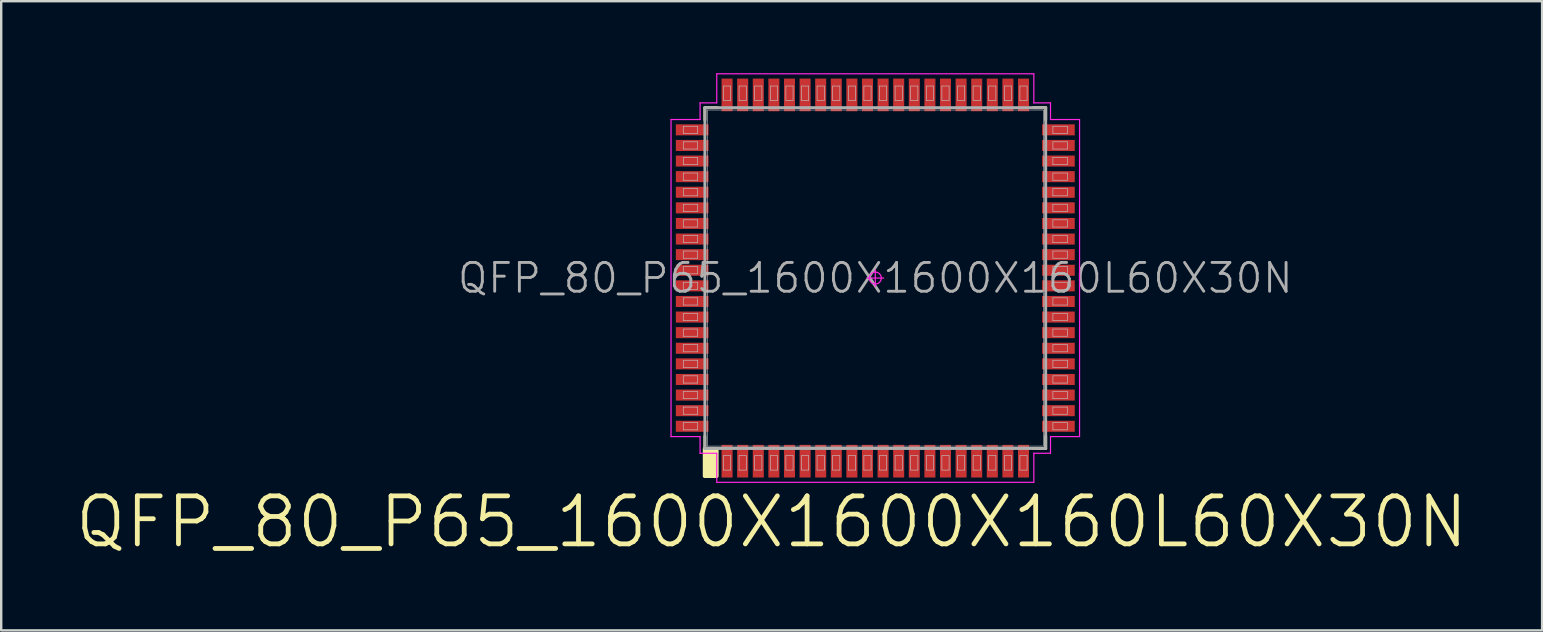
<source format=kicad_pcb>
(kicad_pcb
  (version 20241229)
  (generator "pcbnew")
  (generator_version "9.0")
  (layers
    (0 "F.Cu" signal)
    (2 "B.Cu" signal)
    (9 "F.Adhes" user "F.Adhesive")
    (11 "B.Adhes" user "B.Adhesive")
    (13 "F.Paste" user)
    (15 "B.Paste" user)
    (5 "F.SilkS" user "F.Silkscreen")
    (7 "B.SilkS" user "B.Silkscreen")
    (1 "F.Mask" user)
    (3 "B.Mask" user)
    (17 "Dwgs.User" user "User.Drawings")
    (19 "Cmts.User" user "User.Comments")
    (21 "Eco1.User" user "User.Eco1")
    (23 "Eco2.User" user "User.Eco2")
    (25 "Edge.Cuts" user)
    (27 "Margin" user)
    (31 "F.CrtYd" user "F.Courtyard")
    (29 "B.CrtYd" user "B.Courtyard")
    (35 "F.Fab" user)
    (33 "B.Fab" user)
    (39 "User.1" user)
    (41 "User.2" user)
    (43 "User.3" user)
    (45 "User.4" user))
  (footprint "QFP_80_P65_1600X1600X160L60X30N"
    (layer "F.Cu")
    (at 33.418 8.535)
    (property "Reference" "QFP_80_P65_1600X1600X160L60X30N" (at 0 0 0) (layer "F.Fab") (effects (font (size 1.2 1.2) (thickness 0.12))))
    (attr smd)
    (fp_line (start -7.1 -7.1) (end -7.1 -6.59) (stroke (width 0.12) (type solid)) (layer "F.SilkS"))
    (fp_line (start -7.1 7.1) (end -7.1 6.59) (stroke (width 0.12) (type solid)) (layer "F.SilkS"))
    (fp_line (start -6.59 -7.1) (end -7.1 -7.1) (stroke (width 0.12) (type solid)) (layer "F.SilkS"))
    (fp_line (start -6.59 7.1) (end -7.1 7.1) (stroke (width 0.12) (type solid)) (layer "F.SilkS"))
    (fp_line (start 6.59 -7.1) (end 7.1 -7.1) (stroke (width 0.12) (type solid)) (layer "F.SilkS"))
    (fp_line (start 6.59 7.1) (end 7.1 7.1) (stroke (width 0.12) (type solid)) (layer "F.SilkS"))
    (fp_line (start 7.1 -7.1) (end 7.1 -6.59) (stroke (width 0.12) (type solid)) (layer "F.SilkS"))
    (fp_line (start 7.1 7.1) (end 7.1 6.59) (stroke (width 0.12) (type solid)) (layer "F.SilkS"))
    (fp_poly (pts (xy -6.604 7.112) (xy -6.604 8.255) (xy -7.112 8.255) (xy -7.112 7.112)) (stroke (width 0.15) (type solid)) (fill yes) (layer "F.SilkS"))
    (fp_line (start -8 -6.325) (end -7.4 -6.325) (stroke (width 0.025) (type solid)) (layer "Dwgs.User"))
    (fp_line (start -8 -6.025) (end -8 -6.325) (stroke (width 0.025) (type solid)) (layer "Dwgs.User"))
    (fp_line (start -8 -5.675) (end -7.4 -5.675) (stroke (width 0.025) (type solid)) (layer "Dwgs.User"))
    (fp_line (start -8 -5.375) (end -8 -5.675) (stroke (width 0.025) (type solid)) (layer "Dwgs.User"))
    (fp_line (start -8 -5.025) (end -7.4 -5.025) (stroke (width 0.025) (type solid)) (layer "Dwgs.User"))
    (fp_line (start -8 -4.725) (end -8 -5.025) (stroke (width 0.025) (type solid)) (layer "Dwgs.User"))
    (fp_line (start -8 -4.375) (end -7.4 -4.375) (stroke (width 0.025) (type solid)) (layer "Dwgs.User"))
    (fp_line (start -8 -4.075) (end -8 -4.375) (stroke (width 0.025) (type solid)) (layer "Dwgs.User"))
    (fp_line (start -8 -3.725) (end -7.4 -3.725) (stroke (width 0.025) (type solid)) (layer "Dwgs.User"))
    (fp_line (start -8 -3.425) (end -8 -3.725) (stroke (width 0.025) (type solid)) (layer "Dwgs.User"))
    (fp_line (start -8 -3.075) (end -7.4 -3.075) (stroke (width 0.025) (type solid)) (layer "Dwgs.User"))
    (fp_line (start -8 -2.775) (end -8 -3.075) (stroke (width 0.025) (type solid)) (layer "Dwgs.User"))
    (fp_line (start -8 -2.425) (end -7.4 -2.425) (stroke (width 0.025) (type solid)) (layer "Dwgs.User"))
    (fp_line (start -8 -2.125) (end -8 -2.425) (stroke (width 0.025) (type solid)) (layer "Dwgs.User"))
    (fp_line (start -8 -1.775) (end -7.4 -1.775) (stroke (width 0.025) (type solid)) (layer "Dwgs.User"))
    (fp_line (start -8 -1.475) (end -8 -1.775) (stroke (width 0.025) (type solid)) (layer "Dwgs.User"))
    (fp_line (start -8 -1.125) (end -7.4 -1.125) (stroke (width 0.025) (type solid)) (layer "Dwgs.User"))
    (fp_line (start -8 -0.825) (end -8 -1.125) (stroke (width 0.025) (type solid)) (layer "Dwgs.User"))
    (fp_line (start -8 -0.475) (end -7.4 -0.475) (stroke (width 0.025) (type solid)) (layer "Dwgs.User"))
    (fp_line (start -8 -0.175) (end -8 -0.475) (stroke (width 0.025) (type solid)) (layer "Dwgs.User"))
    (fp_line (start -8 0.175) (end -7.4 0.175) (stroke (width 0.025) (type solid)) (layer "Dwgs.User"))
    (fp_line (start -8 0.475) (end -8 0.175) (stroke (width 0.025) (type solid)) (layer "Dwgs.User"))
    (fp_line (start -8 0.825) (end -7.4 0.825) (stroke (width 0.025) (type solid)) (layer "Dwgs.User"))
    (fp_line (start -8 1.125) (end -8 0.825) (stroke (width 0.025) (type solid)) (layer "Dwgs.User"))
    (fp_line (start -8 1.475) (end -7.4 1.475) (stroke (width 0.025) (type solid)) (layer "Dwgs.User"))
    (fp_line (start -8 1.775) (end -8 1.475) (stroke (width 0.025) (type solid)) (layer "Dwgs.User"))
    (fp_line (start -8 2.125) (end -7.4 2.125) (stroke (width 0.025) (type solid)) (layer "Dwgs.User"))
    (fp_line (start -8 2.425) (end -8 2.125) (stroke (width 0.025) (type solid)) (layer "Dwgs.User"))
    (fp_line (start -8 2.775) (end -7.4 2.775) (stroke (width 0.025) (type solid)) (layer "Dwgs.User"))
    (fp_line (start -8 3.075) (end -8 2.775) (stroke (width 0.025) (type solid)) (layer "Dwgs.User"))
    (fp_line (start -8 3.425) (end -7.4 3.425) (stroke (width 0.025) (type solid)) (layer "Dwgs.User"))
    (fp_line (start -8 3.725) (end -8 3.425) (stroke (width 0.025) (type solid)) (layer "Dwgs.User"))
    (fp_line (start -8 4.075) (end -7.4 4.075) (stroke (width 0.025) (type solid)) (layer "Dwgs.User"))
    (fp_line (start -8 4.375) (end -8 4.075) (stroke (width 0.025) (type solid)) (layer "Dwgs.User"))
    (fp_line (start -8 4.725) (end -7.4 4.725) (stroke (width 0.025) (type solid)) (layer "Dwgs.User"))
    (fp_line (start -8 5.025) (end -8 4.725) (stroke (width 0.025) (type solid)) (layer "Dwgs.User"))
    (fp_line (start -8 5.375) (end -7.4 5.375) (stroke (width 0.025) (type solid)) (layer "Dwgs.User"))
    (fp_line (start -8 5.675) (end -8 5.375) (stroke (width 0.025) (type solid)) (layer "Dwgs.User"))
    (fp_line (start -8 6.025) (end -7.4 6.025) (stroke (width 0.025) (type solid)) (layer "Dwgs.User"))
    (fp_line (start -8 6.325) (end -8 6.025) (stroke (width 0.025) (type solid)) (layer "Dwgs.User"))
    (fp_line (start -7.4 -6.325) (end -7.4 -6.025) (stroke (width 0.025) (type solid)) (layer "Dwgs.User"))
    (fp_line (start -7.4 -6.025) (end -8 -6.025) (stroke (width 0.025) (type solid)) (layer "Dwgs.User"))
    (fp_line (start -7.4 -5.675) (end -7.4 -5.375) (stroke (width 0.025) (type solid)) (layer "Dwgs.User"))
    (fp_line (start -7.4 -5.375) (end -8 -5.375) (stroke (width 0.025) (type solid)) (layer "Dwgs.User"))
    (fp_line (start -7.4 -5.025) (end -7.4 -4.725) (stroke (width 0.025) (type solid)) (layer "Dwgs.User"))
    (fp_line (start -7.4 -4.725) (end -8 -4.725) (stroke (width 0.025) (type solid)) (layer "Dwgs.User"))
    (fp_line (start -7.4 -4.375) (end -7.4 -4.075) (stroke (width 0.025) (type solid)) (layer "Dwgs.User"))
    (fp_line (start -7.4 -4.075) (end -8 -4.075) (stroke (width 0.025) (type solid)) (layer "Dwgs.User"))
    (fp_line (start -7.4 -3.725) (end -7.4 -3.425) (stroke (width 0.025) (type solid)) (layer "Dwgs.User"))
    (fp_line (start -7.4 -3.425) (end -8 -3.425) (stroke (width 0.025) (type solid)) (layer "Dwgs.User"))
    (fp_line (start -7.4 -3.075) (end -7.4 -2.775) (stroke (width 0.025) (type solid)) (layer "Dwgs.User"))
    (fp_line (start -7.4 -2.775) (end -8 -2.775) (stroke (width 0.025) (type solid)) (layer "Dwgs.User"))
    (fp_line (start -7.4 -2.425) (end -7.4 -2.125) (stroke (width 0.025) (type solid)) (layer "Dwgs.User"))
    (fp_line (start -7.4 -2.125) (end -8 -2.125) (stroke (width 0.025) (type solid)) (layer "Dwgs.User"))
    (fp_line (start -7.4 -1.775) (end -7.4 -1.475) (stroke (width 0.025) (type solid)) (layer "Dwgs.User"))
    (fp_line (start -7.4 -1.475) (end -8 -1.475) (stroke (width 0.025) (type solid)) (layer "Dwgs.User"))
    (fp_line (start -7.4 -1.125) (end -7.4 -0.825) (stroke (width 0.025) (type solid)) (layer "Dwgs.User"))
    (fp_line (start -7.4 -0.825) (end -8 -0.825) (stroke (width 0.025) (type solid)) (layer "Dwgs.User"))
    (fp_line (start -7.4 -0.475) (end -7.4 -0.175) (stroke (width 0.025) (type solid)) (layer "Dwgs.User"))
    (fp_line (start -7.4 -0.175) (end -8 -0.175) (stroke (width 0.025) (type solid)) (layer "Dwgs.User"))
    (fp_line (start -7.4 0.175) (end -7.4 0.475) (stroke (width 0.025) (type solid)) (layer "Dwgs.User"))
    (fp_line (start -7.4 0.475) (end -8 0.475) (stroke (width 0.025) (type solid)) (layer "Dwgs.User"))
    (fp_line (start -7.4 0.825) (end -7.4 1.125) (stroke (width 0.025) (type solid)) (layer "Dwgs.User"))
    (fp_line (start -7.4 1.125) (end -8 1.125) (stroke (width 0.025) (type solid)) (layer "Dwgs.User"))
    (fp_line (start -7.4 1.475) (end -7.4 1.775) (stroke (width 0.025) (type solid)) (layer "Dwgs.User"))
    (fp_line (start -7.4 1.775) (end -8 1.775) (stroke (width 0.025) (type solid)) (layer "Dwgs.User"))
    (fp_line (start -7.4 2.125) (end -7.4 2.425) (stroke (width 0.025) (type solid)) (layer "Dwgs.User"))
    (fp_line (start -7.4 2.425) (end -8 2.425) (stroke (width 0.025) (type solid)) (layer "Dwgs.User"))
    (fp_line (start -7.4 2.775) (end -7.4 3.075) (stroke (width 0.025) (type solid)) (layer "Dwgs.User"))
    (fp_line (start -7.4 3.075) (end -8 3.075) (stroke (width 0.025) (type solid)) (layer "Dwgs.User"))
    (fp_line (start -7.4 3.425) (end -7.4 3.725) (stroke (width 0.025) (type solid)) (layer "Dwgs.User"))
    (fp_line (start -7.4 3.725) (end -8 3.725) (stroke (width 0.025) (type solid)) (layer "Dwgs.User"))
    (fp_line (start -7.4 4.075) (end -7.4 4.375) (stroke (width 0.025) (type solid)) (layer "Dwgs.User"))
    (fp_line (start -7.4 4.375) (end -8 4.375) (stroke (width 0.025) (type solid)) (layer "Dwgs.User"))
    (fp_line (start -7.4 4.725) (end -7.4 5.025) (stroke (width 0.025) (type solid)) (layer "Dwgs.User"))
    (fp_line (start -7.4 5.025) (end -8 5.025) (stroke (width 0.025) (type solid)) (layer "Dwgs.User"))
    (fp_line (start -7.4 5.375) (end -7.4 5.675) (stroke (width 0.025) (type solid)) (layer "Dwgs.User"))
    (fp_line (start -7.4 5.675) (end -8 5.675) (stroke (width 0.025) (type solid)) (layer "Dwgs.User"))
    (fp_line (start -7.4 6.025) (end -7.4 6.325) (stroke (width 0.025) (type solid)) (layer "Dwgs.User"))
    (fp_line (start -7.4 6.325) (end -8 6.325) (stroke (width 0.025) (type solid)) (layer "Dwgs.User"))
    (fp_line (start -7 -7) (end 7 -7) (stroke (width 0.025) (type solid)) (layer "Dwgs.User"))
    (fp_line (start -7 7) (end -7 -7) (stroke (width 0.025) (type solid)) (layer "Dwgs.User"))
    (fp_line (start -6.325 -8) (end -6.025 -8) (stroke (width 0.025) (type solid)) (layer "Dwgs.User"))
    (fp_line (start -6.325 -7.4) (end -6.325 -8) (stroke (width 0.025) (type solid)) (layer "Dwgs.User"))
    (fp_line (start -6.325 7.4) (end -6.025 7.4) (stroke (width 0.025) (type solid)) (layer "Dwgs.User"))
    (fp_line (start -6.325 8) (end -6.325 7.4) (stroke (width 0.025) (type solid)) (layer "Dwgs.User"))
    (fp_line (start -6.025 -8) (end -6.025 -7.4) (stroke (width 0.025) (type solid)) (layer "Dwgs.User"))
    (fp_line (start -6.025 -7.4) (end -6.325 -7.4) (stroke (width 0.025) (type solid)) (layer "Dwgs.User"))
    (fp_line (start -6.025 7.4) (end -6.025 8) (stroke (width 0.025) (type solid)) (layer "Dwgs.User"))
    (fp_line (start -6.025 8) (end -6.325 8) (stroke (width 0.025) (type solid)) (layer "Dwgs.User"))
    (fp_line (start -5.675 -8) (end -5.375 -8) (stroke (width 0.025) (type solid)) (layer "Dwgs.User"))
    (fp_line (start -5.675 -7.4) (end -5.675 -8) (stroke (width 0.025) (type solid)) (layer "Dwgs.User"))
    (fp_line (start -5.675 7.4) (end -5.375 7.4) (stroke (width 0.025) (type solid)) (layer "Dwgs.User"))
    (fp_line (start -5.675 8) (end -5.675 7.4) (stroke (width 0.025) (type solid)) (layer "Dwgs.User"))
    (fp_line (start -5.375 -8) (end -5.375 -7.4) (stroke (width 0.025) (type solid)) (layer "Dwgs.User"))
    (fp_line (start -5.375 -7.4) (end -5.675 -7.4) (stroke (width 0.025) (type solid)) (layer "Dwgs.User"))
    (fp_line (start -5.375 7.4) (end -5.375 8) (stroke (width 0.025) (type solid)) (layer "Dwgs.User"))
    (fp_line (start -5.375 8) (end -5.675 8) (stroke (width 0.025) (type solid)) (layer "Dwgs.User"))
    (fp_line (start -5.025 -8) (end -4.725 -8) (stroke (width 0.025) (type solid)) (layer "Dwgs.User"))
    (fp_line (start -5.025 -7.4) (end -5.025 -8) (stroke (width 0.025) (type solid)) (layer "Dwgs.User"))
    (fp_line (start -5.025 7.4) (end -4.725 7.4) (stroke (width 0.025) (type solid)) (layer "Dwgs.User"))
    (fp_line (start -5.025 8) (end -5.025 7.4) (stroke (width 0.025) (type solid)) (layer "Dwgs.User"))
    (fp_line (start -4.725 -8) (end -4.725 -7.4) (stroke (width 0.025) (type solid)) (layer "Dwgs.User"))
    (fp_line (start -4.725 -7.4) (end -5.025 -7.4) (stroke (width 0.025) (type solid)) (layer "Dwgs.User"))
    (fp_line (start -4.725 7.4) (end -4.725 8) (stroke (width 0.025) (type solid)) (layer "Dwgs.User"))
    (fp_line (start -4.725 8) (end -5.025 8) (stroke (width 0.025) (type solid)) (layer "Dwgs.User"))
    (fp_line (start -4.375 -8) (end -4.075 -8) (stroke (width 0.025) (type solid)) (layer "Dwgs.User"))
    (fp_line (start -4.375 -7.4) (end -4.375 -8) (stroke (width 0.025) (type solid)) (layer "Dwgs.User"))
    (fp_line (start -4.375 7.4) (end -4.075 7.4) (stroke (width 0.025) (type solid)) (layer "Dwgs.User"))
    (fp_line (start -4.375 8) (end -4.375 7.4) (stroke (width 0.025) (type solid)) (layer "Dwgs.User"))
    (fp_line (start -4.075 -8) (end -4.075 -7.4) (stroke (width 0.025) (type solid)) (layer "Dwgs.User"))
    (fp_line (start -4.075 -7.4) (end -4.375 -7.4) (stroke (width 0.025) (type solid)) (layer "Dwgs.User"))
    (fp_line (start -4.075 7.4) (end -4.075 8) (stroke (width 0.025) (type solid)) (layer "Dwgs.User"))
    (fp_line (start -4.075 8) (end -4.375 8) (stroke (width 0.025) (type solid)) (layer "Dwgs.User"))
    (fp_line (start -3.725 -8) (end -3.425 -8) (stroke (width 0.025) (type solid)) (layer "Dwgs.User"))
    (fp_line (start -3.725 -7.4) (end -3.725 -8) (stroke (width 0.025) (type solid)) (layer "Dwgs.User"))
    (fp_line (start -3.725 7.4) (end -3.425 7.4) (stroke (width 0.025) (type solid)) (layer "Dwgs.User"))
    (fp_line (start -3.725 8) (end -3.725 7.4) (stroke (width 0.025) (type solid)) (layer "Dwgs.User"))
    (fp_line (start -3.425 -8) (end -3.425 -7.4) (stroke (width 0.025) (type solid)) (layer "Dwgs.User"))
    (fp_line (start -3.425 -7.4) (end -3.725 -7.4) (stroke (width 0.025) (type solid)) (layer "Dwgs.User"))
    (fp_line (start -3.425 7.4) (end -3.425 8) (stroke (width 0.025) (type solid)) (layer "Dwgs.User"))
    (fp_line (start -3.425 8) (end -3.725 8) (stroke (width 0.025) (type solid)) (layer "Dwgs.User"))
    (fp_line (start -3.075 -8) (end -2.775 -8) (stroke (width 0.025) (type solid)) (layer "Dwgs.User"))
    (fp_line (start -3.075 -7.4) (end -3.075 -8) (stroke (width 0.025) (type solid)) (layer "Dwgs.User"))
    (fp_line (start -3.075 7.4) (end -2.775 7.4) (stroke (width 0.025) (type solid)) (layer "Dwgs.User"))
    (fp_line (start -3.075 8) (end -3.075 7.4) (stroke (width 0.025) (type solid)) (layer "Dwgs.User"))
    (fp_line (start -2.775 -8) (end -2.775 -7.4) (stroke (width 0.025) (type solid)) (layer "Dwgs.User"))
    (fp_line (start -2.775 -7.4) (end -3.075 -7.4) (stroke (width 0.025) (type solid)) (layer "Dwgs.User"))
    (fp_line (start -2.775 7.4) (end -2.775 8) (stroke (width 0.025) (type solid)) (layer "Dwgs.User"))
    (fp_line (start -2.775 8) (end -3.075 8) (stroke (width 0.025) (type solid)) (layer "Dwgs.User"))
    (fp_line (start -2.425 -8) (end -2.125 -8) (stroke (width 0.025) (type solid)) (layer "Dwgs.User"))
    (fp_line (start -2.425 -7.4) (end -2.425 -8) (stroke (width 0.025) (type solid)) (layer "Dwgs.User"))
    (fp_line (start -2.425 7.4) (end -2.125 7.4) (stroke (width 0.025) (type solid)) (layer "Dwgs.User"))
    (fp_line (start -2.425 8) (end -2.425 7.4) (stroke (width 0.025) (type solid)) (layer "Dwgs.User"))
    (fp_line (start -2.125 -8) (end -2.125 -7.4) (stroke (width 0.025) (type solid)) (layer "Dwgs.User"))
    (fp_line (start -2.125 -7.4) (end -2.425 -7.4) (stroke (width 0.025) (type solid)) (layer "Dwgs.User"))
    (fp_line (start -2.125 7.4) (end -2.125 8) (stroke (width 0.025) (type solid)) (layer "Dwgs.User"))
    (fp_line (start -2.125 8) (end -2.425 8) (stroke (width 0.025) (type solid)) (layer "Dwgs.User"))
    (fp_line (start -1.775 -8) (end -1.475 -8) (stroke (width 0.025) (type solid)) (layer "Dwgs.User"))
    (fp_line (start -1.775 -7.4) (end -1.775 -8) (stroke (width 0.025) (type solid)) (layer "Dwgs.User"))
    (fp_line (start -1.775 7.4) (end -1.475 7.4) (stroke (width 0.025) (type solid)) (layer "Dwgs.User"))
    (fp_line (start -1.775 8) (end -1.775 7.4) (stroke (width 0.025) (type solid)) (layer "Dwgs.User"))
    (fp_line (start -1.475 -8) (end -1.475 -7.4) (stroke (width 0.025) (type solid)) (layer "Dwgs.User"))
    (fp_line (start -1.475 -7.4) (end -1.775 -7.4) (stroke (width 0.025) (type solid)) (layer "Dwgs.User"))
    (fp_line (start -1.475 7.4) (end -1.475 8) (stroke (width 0.025) (type solid)) (layer "Dwgs.User"))
    (fp_line (start -1.475 8) (end -1.775 8) (stroke (width 0.025) (type solid)) (layer "Dwgs.User"))
    (fp_line (start -1.125 -8) (end -0.825 -8) (stroke (width 0.025) (type solid)) (layer "Dwgs.User"))
    (fp_line (start -1.125 -7.4) (end -1.125 -8) (stroke (width 0.025) (type solid)) (layer "Dwgs.User"))
    (fp_line (start -1.125 7.4) (end -0.825 7.4) (stroke (width 0.025) (type solid)) (layer "Dwgs.User"))
    (fp_line (start -1.125 8) (end -1.125 7.4) (stroke (width 0.025) (type solid)) (layer "Dwgs.User"))
    (fp_line (start -0.825 -8) (end -0.825 -7.4) (stroke (width 0.025) (type solid)) (layer "Dwgs.User"))
    (fp_line (start -0.825 -7.4) (end -1.125 -7.4) (stroke (width 0.025) (type solid)) (layer "Dwgs.User"))
    (fp_line (start -0.825 7.4) (end -0.825 8) (stroke (width 0.025) (type solid)) (layer "Dwgs.User"))
    (fp_line (start -0.825 8) (end -1.125 8) (stroke (width 0.025) (type solid)) (layer "Dwgs.User"))
    (fp_line (start -0.475 -8) (end -0.175 -8) (stroke (width 0.025) (type solid)) (layer "Dwgs.User"))
    (fp_line (start -0.475 -7.4) (end -0.475 -8) (stroke (width 0.025) (type solid)) (layer "Dwgs.User"))
    (fp_line (start -0.475 7.4) (end -0.175 7.4) (stroke (width 0.025) (type solid)) (layer "Dwgs.User"))
    (fp_line (start -0.475 8) (end -0.475 7.4) (stroke (width 0.025) (type solid)) (layer "Dwgs.User"))
    (fp_line (start -0.175 -8) (end -0.175 -7.4) (stroke (width 0.025) (type solid)) (layer "Dwgs.User"))
    (fp_line (start -0.175 -7.4) (end -0.475 -7.4) (stroke (width 0.025) (type solid)) (layer "Dwgs.User"))
    (fp_line (start -0.175 7.4) (end -0.175 8) (stroke (width 0.025) (type solid)) (layer "Dwgs.User"))
    (fp_line (start -0.175 8) (end -0.475 8) (stroke (width 0.025) (type solid)) (layer "Dwgs.User"))
    (fp_line (start 0.175 -8) (end 0.475 -8) (stroke (width 0.025) (type solid)) (layer "Dwgs.User"))
    (fp_line (start 0.175 -7.4) (end 0.175 -8) (stroke (width 0.025) (type solid)) (layer "Dwgs.User"))
    (fp_line (start 0.175 7.4) (end 0.475 7.4) (stroke (width 0.025) (type solid)) (layer "Dwgs.User"))
    (fp_line (start 0.175 8) (end 0.175 7.4) (stroke (width 0.025) (type solid)) (layer "Dwgs.User"))
    (fp_line (start 0.475 -8) (end 0.475 -7.4) (stroke (width 0.025) (type solid)) (layer "Dwgs.User"))
    (fp_line (start 0.475 -7.4) (end 0.175 -7.4) (stroke (width 0.025) (type solid)) (layer "Dwgs.User"))
    (fp_line (start 0.475 7.4) (end 0.475 8) (stroke (width 0.025) (type solid)) (layer "Dwgs.User"))
    (fp_line (start 0.475 8) (end 0.175 8) (stroke (width 0.025) (type solid)) (layer "Dwgs.User"))
    (fp_line (start 0.825 -8) (end 1.125 -8) (stroke (width 0.025) (type solid)) (layer "Dwgs.User"))
    (fp_line (start 0.825 -7.4) (end 0.825 -8) (stroke (width 0.025) (type solid)) (layer "Dwgs.User"))
    (fp_line (start 0.825 7.4) (end 1.125 7.4) (stroke (width 0.025) (type solid)) (layer "Dwgs.User"))
    (fp_line (start 0.825 8) (end 0.825 7.4) (stroke (width 0.025) (type solid)) (layer "Dwgs.User"))
    (fp_line (start 1.125 -8) (end 1.125 -7.4) (stroke (width 0.025) (type solid)) (layer "Dwgs.User"))
    (fp_line (start 1.125 -7.4) (end 0.825 -7.4) (stroke (width 0.025) (type solid)) (layer "Dwgs.User"))
    (fp_line (start 1.125 7.4) (end 1.125 8) (stroke (width 0.025) (type solid)) (layer "Dwgs.User"))
    (fp_line (start 1.125 8) (end 0.825 8) (stroke (width 0.025) (type solid)) (layer "Dwgs.User"))
    (fp_line (start 1.475 -8) (end 1.775 -8) (stroke (width 0.025) (type solid)) (layer "Dwgs.User"))
    (fp_line (start 1.475 -7.4) (end 1.475 -8) (stroke (width 0.025) (type solid)) (layer "Dwgs.User"))
    (fp_line (start 1.475 7.4) (end 1.775 7.4) (stroke (width 0.025) (type solid)) (layer "Dwgs.User"))
    (fp_line (start 1.475 8) (end 1.475 7.4) (stroke (width 0.025) (type solid)) (layer "Dwgs.User"))
    (fp_line (start 1.775 -8) (end 1.775 -7.4) (stroke (width 0.025) (type solid)) (layer "Dwgs.User"))
    (fp_line (start 1.775 -7.4) (end 1.475 -7.4) (stroke (width 0.025) (type solid)) (layer "Dwgs.User"))
    (fp_line (start 1.775 7.4) (end 1.775 8) (stroke (width 0.025) (type solid)) (layer "Dwgs.User"))
    (fp_line (start 1.775 8) (end 1.475 8) (stroke (width 0.025) (type solid)) (layer "Dwgs.User"))
    (fp_line (start 2.125 -8) (end 2.425 -8) (stroke (width 0.025) (type solid)) (layer "Dwgs.User"))
    (fp_line (start 2.125 -7.4) (end 2.125 -8) (stroke (width 0.025) (type solid)) (layer "Dwgs.User"))
    (fp_line (start 2.125 7.4) (end 2.425 7.4) (stroke (width 0.025) (type solid)) (layer "Dwgs.User"))
    (fp_line (start 2.125 8) (end 2.125 7.4) (stroke (width 0.025) (type solid)) (layer "Dwgs.User"))
    (fp_line (start 2.425 -8) (end 2.425 -7.4) (stroke (width 0.025) (type solid)) (layer "Dwgs.User"))
    (fp_line (start 2.425 -7.4) (end 2.125 -7.4) (stroke (width 0.025) (type solid)) (layer "Dwgs.User"))
    (fp_line (start 2.425 7.4) (end 2.425 8) (stroke (width 0.025) (type solid)) (layer "Dwgs.User"))
    (fp_line (start 2.425 8) (end 2.125 8) (stroke (width 0.025) (type solid)) (layer "Dwgs.User"))
    (fp_line (start 2.775 -8) (end 3.075 -8) (stroke (width 0.025) (type solid)) (layer "Dwgs.User"))
    (fp_line (start 2.775 -7.4) (end 2.775 -8) (stroke (width 0.025) (type solid)) (layer "Dwgs.User"))
    (fp_line (start 2.775 7.4) (end 3.075 7.4) (stroke (width 0.025) (type solid)) (layer "Dwgs.User"))
    (fp_line (start 2.775 8) (end 2.775 7.4) (stroke (width 0.025) (type solid)) (layer "Dwgs.User"))
    (fp_line (start 3.075 -8) (end 3.075 -7.4) (stroke (width 0.025) (type solid)) (layer "Dwgs.User"))
    (fp_line (start 3.075 -7.4) (end 2.775 -7.4) (stroke (width 0.025) (type solid)) (layer "Dwgs.User"))
    (fp_line (start 3.075 7.4) (end 3.075 8) (stroke (width 0.025) (type solid)) (layer "Dwgs.User"))
    (fp_line (start 3.075 8) (end 2.775 8) (stroke (width 0.025) (type solid)) (layer "Dwgs.User"))
    (fp_line (start 3.425 -8) (end 3.725 -8) (stroke (width 0.025) (type solid)) (layer "Dwgs.User"))
    (fp_line (start 3.425 -7.4) (end 3.425 -8) (stroke (width 0.025) (type solid)) (layer "Dwgs.User"))
    (fp_line (start 3.425 7.4) (end 3.725 7.4) (stroke (width 0.025) (type solid)) (layer "Dwgs.User"))
    (fp_line (start 3.425 8) (end 3.425 7.4) (stroke (width 0.025) (type solid)) (layer "Dwgs.User"))
    (fp_line (start 3.725 -8) (end 3.725 -7.4) (stroke (width 0.025) (type solid)) (layer "Dwgs.User"))
    (fp_line (start 3.725 -7.4) (end 3.425 -7.4) (stroke (width 0.025) (type solid)) (layer "Dwgs.User"))
    (fp_line (start 3.725 7.4) (end 3.725 8) (stroke (width 0.025) (type solid)) (layer "Dwgs.User"))
    (fp_line (start 3.725 8) (end 3.425 8) (stroke (width 0.025) (type solid)) (layer "Dwgs.User"))
    (fp_line (start 4.075 -8) (end 4.375 -8) (stroke (width 0.025) (type solid)) (layer "Dwgs.User"))
    (fp_line (start 4.075 -7.4) (end 4.075 -8) (stroke (width 0.025) (type solid)) (layer "Dwgs.User"))
    (fp_line (start 4.075 7.4) (end 4.375 7.4) (stroke (width 0.025) (type solid)) (layer "Dwgs.User"))
    (fp_line (start 4.075 8) (end 4.075 7.4) (stroke (width 0.025) (type solid)) (layer "Dwgs.User"))
    (fp_line (start 4.375 -8) (end 4.375 -7.4) (stroke (width 0.025) (type solid)) (layer "Dwgs.User"))
    (fp_line (start 4.375 -7.4) (end 4.075 -7.4) (stroke (width 0.025) (type solid)) (layer "Dwgs.User"))
    (fp_line (start 4.375 7.4) (end 4.375 8) (stroke (width 0.025) (type solid)) (layer "Dwgs.User"))
    (fp_line (start 4.375 8) (end 4.075 8) (stroke (width 0.025) (type solid)) (layer "Dwgs.User"))
    (fp_line (start 4.725 -8) (end 5.025 -8) (stroke (width 0.025) (type solid)) (layer "Dwgs.User"))
    (fp_line (start 4.725 -7.4) (end 4.725 -8) (stroke (width 0.025) (type solid)) (layer "Dwgs.User"))
    (fp_line (start 4.725 7.4) (end 5.025 7.4) (stroke (width 0.025) (type solid)) (layer "Dwgs.User"))
    (fp_line (start 4.725 8) (end 4.725 7.4) (stroke (width 0.025) (type solid)) (layer "Dwgs.User"))
    (fp_line (start 5.025 -8) (end 5.025 -7.4) (stroke (width 0.025) (type solid)) (layer "Dwgs.User"))
    (fp_line (start 5.025 -7.4) (end 4.725 -7.4) (stroke (width 0.025) (type solid)) (layer "Dwgs.User"))
    (fp_line (start 5.025 7.4) (end 5.025 8) (stroke (width 0.025) (type solid)) (layer "Dwgs.User"))
    (fp_line (start 5.025 8) (end 4.725 8) (stroke (width 0.025) (type solid)) (layer "Dwgs.User"))
    (fp_line (start 5.375 -8) (end 5.675 -8) (stroke (width 0.025) (type solid)) (layer "Dwgs.User"))
    (fp_line (start 5.375 -7.4) (end 5.375 -8) (stroke (width 0.025) (type solid)) (layer "Dwgs.User"))
    (fp_line (start 5.375 7.4) (end 5.675 7.4) (stroke (width 0.025) (type solid)) (layer "Dwgs.User"))
    (fp_line (start 5.375 8) (end 5.375 7.4) (stroke (width 0.025) (type solid)) (layer "Dwgs.User"))
    (fp_line (start 5.675 -8) (end 5.675 -7.4) (stroke (width 0.025) (type solid)) (layer "Dwgs.User"))
    (fp_line (start 5.675 -7.4) (end 5.375 -7.4) (stroke (width 0.025) (type solid)) (layer "Dwgs.User"))
    (fp_line (start 5.675 7.4) (end 5.675 8) (stroke (width 0.025) (type solid)) (layer "Dwgs.User"))
    (fp_line (start 5.675 8) (end 5.375 8) (stroke (width 0.025) (type solid)) (layer "Dwgs.User"))
    (fp_line (start 6.025 -8) (end 6.325 -8) (stroke (width 0.025) (type solid)) (layer "Dwgs.User"))
    (fp_line (start 6.025 -7.4) (end 6.025 -8) (stroke (width 0.025) (type solid)) (layer "Dwgs.User"))
    (fp_line (start 6.025 7.4) (end 6.325 7.4) (stroke (width 0.025) (type solid)) (layer "Dwgs.User"))
    (fp_line (start 6.025 8) (end 6.025 7.4) (stroke (width 0.025) (type solid)) (layer "Dwgs.User"))
    (fp_line (start 6.325 -8) (end 6.325 -7.4) (stroke (width 0.025) (type solid)) (layer "Dwgs.User"))
    (fp_line (start 6.325 -7.4) (end 6.025 -7.4) (stroke (width 0.025) (type solid)) (layer "Dwgs.User"))
    (fp_line (start 6.325 7.4) (end 6.325 8) (stroke (width 0.025) (type solid)) (layer "Dwgs.User"))
    (fp_line (start 6.325 8) (end 6.025 8) (stroke (width 0.025) (type solid)) (layer "Dwgs.User"))
    (fp_line (start 7 -7) (end 7 7) (stroke (width 0.025) (type solid)) (layer "Dwgs.User"))
    (fp_line (start 7 7) (end -7 7) (stroke (width 0.025) (type solid)) (layer "Dwgs.User"))
    (fp_line (start 7.4 -6.325) (end 8 -6.325) (stroke (width 0.025) (type solid)) (layer "Dwgs.User"))
    (fp_line (start 7.4 -6.025) (end 7.4 -6.325) (stroke (width 0.025) (type solid)) (layer "Dwgs.User"))
    (fp_line (start 7.4 -5.675) (end 8 -5.675) (stroke (width 0.025) (type solid)) (layer "Dwgs.User"))
    (fp_line (start 7.4 -5.375) (end 7.4 -5.675) (stroke (width 0.025) (type solid)) (layer "Dwgs.User"))
    (fp_line (start 7.4 -5.025) (end 8 -5.025) (stroke (width 0.025) (type solid)) (layer "Dwgs.User"))
    (fp_line (start 7.4 -4.725) (end 7.4 -5.025) (stroke (width 0.025) (type solid)) (layer "Dwgs.User"))
    (fp_line (start 7.4 -4.375) (end 8 -4.375) (stroke (width 0.025) (type solid)) (layer "Dwgs.User"))
    (fp_line (start 7.4 -4.075) (end 7.4 -4.375) (stroke (width 0.025) (type solid)) (layer "Dwgs.User"))
    (fp_line (start 7.4 -3.725) (end 8 -3.725) (stroke (width 0.025) (type solid)) (layer "Dwgs.User"))
    (fp_line (start 7.4 -3.425) (end 7.4 -3.725) (stroke (width 0.025) (type solid)) (layer "Dwgs.User"))
    (fp_line (start 7.4 -3.075) (end 8 -3.075) (stroke (width 0.025) (type solid)) (layer "Dwgs.User"))
    (fp_line (start 7.4 -2.775) (end 7.4 -3.075) (stroke (width 0.025) (type solid)) (layer "Dwgs.User"))
    (fp_line (start 7.4 -2.425) (end 8 -2.425) (stroke (width 0.025) (type solid)) (layer "Dwgs.User"))
    (fp_line (start 7.4 -2.125) (end 7.4 -2.425) (stroke (width 0.025) (type solid)) (layer "Dwgs.User"))
    (fp_line (start 7.4 -1.775) (end 8 -1.775) (stroke (width 0.025) (type solid)) (layer "Dwgs.User"))
    (fp_line (start 7.4 -1.475) (end 7.4 -1.775) (stroke (width 0.025) (type solid)) (layer "Dwgs.User"))
    (fp_line (start 7.4 -1.125) (end 8 -1.125) (stroke (width 0.025) (type solid)) (layer "Dwgs.User"))
    (fp_line (start 7.4 -0.825) (end 7.4 -1.125) (stroke (width 0.025) (type solid)) (layer "Dwgs.User"))
    (fp_line (start 7.4 -0.475) (end 8 -0.475) (stroke (width 0.025) (type solid)) (layer "Dwgs.User"))
    (fp_line (start 7.4 -0.175) (end 7.4 -0.475) (stroke (width 0.025) (type solid)) (layer "Dwgs.User"))
    (fp_line (start 7.4 0.175) (end 8 0.175) (stroke (width 0.025) (type solid)) (layer "Dwgs.User"))
    (fp_line (start 7.4 0.475) (end 7.4 0.175) (stroke (width 0.025) (type solid)) (layer "Dwgs.User"))
    (fp_line (start 7.4 0.825) (end 8 0.825) (stroke (width 0.025) (type solid)) (layer "Dwgs.User"))
    (fp_line (start 7.4 1.125) (end 7.4 0.825) (stroke (width 0.025) (type solid)) (layer "Dwgs.User"))
    (fp_line (start 7.4 1.475) (end 8 1.475) (stroke (width 0.025) (type solid)) (layer "Dwgs.User"))
    (fp_line (start 7.4 1.775) (end 7.4 1.475) (stroke (width 0.025) (type solid)) (layer "Dwgs.User"))
    (fp_line (start 7.4 2.125) (end 8 2.125) (stroke (width 0.025) (type solid)) (layer "Dwgs.User"))
    (fp_line (start 7.4 2.425) (end 7.4 2.125) (stroke (width 0.025) (type solid)) (layer "Dwgs.User"))
    (fp_line (start 7.4 2.775) (end 8 2.775) (stroke (width 0.025) (type solid)) (layer "Dwgs.User"))
    (fp_line (start 7.4 3.075) (end 7.4 2.775) (stroke (width 0.025) (type solid)) (layer "Dwgs.User"))
    (fp_line (start 7.4 3.425) (end 8 3.425) (stroke (width 0.025) (type solid)) (layer "Dwgs.User"))
    (fp_line (start 7.4 3.725) (end 7.4 3.425) (stroke (width 0.025) (type solid)) (layer "Dwgs.User"))
    (fp_line (start 7.4 4.075) (end 8 4.075) (stroke (width 0.025) (type solid)) (layer "Dwgs.User"))
    (fp_line (start 7.4 4.375) (end 7.4 4.075) (stroke (width 0.025) (type solid)) (layer "Dwgs.User"))
    (fp_line (start 7.4 4.725) (end 8 4.725) (stroke (width 0.025) (type solid)) (layer "Dwgs.User"))
    (fp_line (start 7.4 5.025) (end 7.4 4.725) (stroke (width 0.025) (type solid)) (layer "Dwgs.User"))
    (fp_line (start 7.4 5.375) (end 8 5.375) (stroke (width 0.025) (type solid)) (layer "Dwgs.User"))
    (fp_line (start 7.4 5.675) (end 7.4 5.375) (stroke (width 0.025) (type solid)) (layer "Dwgs.User"))
    (fp_line (start 7.4 6.025) (end 8 6.025) (stroke (width 0.025) (type solid)) (layer "Dwgs.User"))
    (fp_line (start 7.4 6.325) (end 7.4 6.025) (stroke (width 0.025) (type solid)) (layer "Dwgs.User"))
    (fp_line (start 8 -6.325) (end 8 -6.025) (stroke (width 0.025) (type solid)) (layer "Dwgs.User"))
    (fp_line (start 8 -6.025) (end 7.4 -6.025) (stroke (width 0.025) (type solid)) (layer "Dwgs.User"))
    (fp_line (start 8 -5.675) (end 8 -5.375) (stroke (width 0.025) (type solid)) (layer "Dwgs.User"))
    (fp_line (start 8 -5.375) (end 7.4 -5.375) (stroke (width 0.025) (type solid)) (layer "Dwgs.User"))
    (fp_line (start 8 -5.025) (end 8 -4.725) (stroke (width 0.025) (type solid)) (layer "Dwgs.User"))
    (fp_line (start 8 -4.725) (end 7.4 -4.725) (stroke (width 0.025) (type solid)) (layer "Dwgs.User"))
    (fp_line (start 8 -4.375) (end 8 -4.075) (stroke (width 0.025) (type solid)) (layer "Dwgs.User"))
    (fp_line (start 8 -4.075) (end 7.4 -4.075) (stroke (width 0.025) (type solid)) (layer "Dwgs.User"))
    (fp_line (start 8 -3.725) (end 8 -3.425) (stroke (width 0.025) (type solid)) (layer "Dwgs.User"))
    (fp_line (start 8 -3.425) (end 7.4 -3.425) (stroke (width 0.025) (type solid)) (layer "Dwgs.User"))
    (fp_line (start 8 -3.075) (end 8 -2.775) (stroke (width 0.025) (type solid)) (layer "Dwgs.User"))
    (fp_line (start 8 -2.775) (end 7.4 -2.775) (stroke (width 0.025) (type solid)) (layer "Dwgs.User"))
    (fp_line (start 8 -2.425) (end 8 -2.125) (stroke (width 0.025) (type solid)) (layer "Dwgs.User"))
    (fp_line (start 8 -2.125) (end 7.4 -2.125) (stroke (width 0.025) (type solid)) (layer "Dwgs.User"))
    (fp_line (start 8 -1.775) (end 8 -1.475) (stroke (width 0.025) (type solid)) (layer "Dwgs.User"))
    (fp_line (start 8 -1.475) (end 7.4 -1.475) (stroke (width 0.025) (type solid)) (layer "Dwgs.User"))
    (fp_line (start 8 -1.125) (end 8 -0.825) (stroke (width 0.025) (type solid)) (layer "Dwgs.User"))
    (fp_line (start 8 -0.825) (end 7.4 -0.825) (stroke (width 0.025) (type solid)) (layer "Dwgs.User"))
    (fp_line (start 8 -0.475) (end 8 -0.175) (stroke (width 0.025) (type solid)) (layer "Dwgs.User"))
    (fp_line (start 8 -0.175) (end 7.4 -0.175) (stroke (width 0.025) (type solid)) (layer "Dwgs.User"))
    (fp_line (start 8 0.175) (end 8 0.475) (stroke (width 0.025) (type solid)) (layer "Dwgs.User"))
    (fp_line (start 8 0.475) (end 7.4 0.475) (stroke (width 0.025) (type solid)) (layer "Dwgs.User"))
    (fp_line (start 8 0.825) (end 8 1.125) (stroke (width 0.025) (type solid)) (layer "Dwgs.User"))
    (fp_line (start 8 1.125) (end 7.4 1.125) (stroke (width 0.025) (type solid)) (layer "Dwgs.User"))
    (fp_line (start 8 1.475) (end 8 1.775) (stroke (width 0.025) (type solid)) (layer "Dwgs.User"))
    (fp_line (start 8 1.775) (end 7.4 1.775) (stroke (width 0.025) (type solid)) (layer "Dwgs.User"))
    (fp_line (start 8 2.125) (end 8 2.425) (stroke (width 0.025) (type solid)) (layer "Dwgs.User"))
    (fp_line (start 8 2.425) (end 7.4 2.425) (stroke (width 0.025) (type solid)) (layer "Dwgs.User"))
    (fp_line (start 8 2.775) (end 8 3.075) (stroke (width 0.025) (type solid)) (layer "Dwgs.User"))
    (fp_line (start 8 3.075) (end 7.4 3.075) (stroke (width 0.025) (type solid)) (layer "Dwgs.User"))
    (fp_line (start 8 3.425) (end 8 3.725) (stroke (width 0.025) (type solid)) (layer "Dwgs.User"))
    (fp_line (start 8 3.725) (end 7.4 3.725) (stroke (width 0.025) (type solid)) (layer "Dwgs.User"))
    (fp_line (start 8 4.075) (end 8 4.375) (stroke (width 0.025) (type solid)) (layer "Dwgs.User"))
    (fp_line (start 8 4.375) (end 7.4 4.375) (stroke (width 0.025) (type solid)) (layer "Dwgs.User"))
    (fp_line (start 8 4.725) (end 8 5.025) (stroke (width 0.025) (type solid)) (layer "Dwgs.User"))
    (fp_line (start 8 5.025) (end 7.4 5.025) (stroke (width 0.025) (type solid)) (layer "Dwgs.User"))
    (fp_line (start 8 5.375) (end 8 5.675) (stroke (width 0.025) (type solid)) (layer "Dwgs.User"))
    (fp_line (start 8 5.675) (end 7.4 5.675) (stroke (width 0.025) (type solid)) (layer "Dwgs.User"))
    (fp_line (start 8 6.025) (end 8 6.325) (stroke (width 0.025) (type solid)) (layer "Dwgs.User"))
    (fp_line (start 8 6.325) (end 7.4 6.325) (stroke (width 0.025) (type solid)) (layer "Dwgs.User"))
    (fp_line (start -8.51 -6.605) (end -8.51 6.605) (stroke (width 0.05) (type solid)) (layer "F.CrtYd"))
    (fp_line (start -8.51 6.605) (end -7.3 6.605) (stroke (width 0.05) (type solid)) (layer "F.CrtYd"))
    (fp_line (start -7.3 -7.3) (end -7.3 -6.605) (stroke (width 0.05) (type solid)) (layer "F.CrtYd"))
    (fp_line (start -7.3 -6.605) (end -8.51 -6.605) (stroke (width 0.05) (type solid)) (layer "F.CrtYd"))
    (fp_line (start -7.3 6.605) (end -7.3 7.3) (stroke (width 0.05) (type solid)) (layer "F.CrtYd"))
    (fp_line (start -7.3 7.3) (end -6.605 7.3) (stroke (width 0.05) (type solid)) (layer "F.CrtYd"))
    (fp_line (start -6.605 -8.51) (end -6.605 -7.3) (stroke (width 0.05) (type solid)) (layer "F.CrtYd"))
    (fp_line (start -6.605 -7.3) (end -7.3 -7.3) (stroke (width 0.05) (type solid)) (layer "F.CrtYd"))
    (fp_line (start -6.605 7.3) (end -6.605 8.51) (stroke (width 0.05) (type solid)) (layer "F.CrtYd"))
    (fp_line (start -6.605 8.51) (end 6.605 8.51) (stroke (width 0.05) (type solid)) (layer "F.CrtYd"))
    (fp_line (start -0.35 0) (end 0.35 0) (stroke (width 0.05) (type solid)) (layer "F.CrtYd"))
    (fp_line (start 0 -0.35) (end 0 0.35) (stroke (width 0.05) (type solid)) (layer "F.CrtYd"))
    (fp_line (start 6.605 -8.51) (end -6.605 -8.51) (stroke (width 0.05) (type solid)) (layer "F.CrtYd"))
    (fp_line (start 6.605 -7.3) (end 6.605 -8.51) (stroke (width 0.05) (type solid)) (layer "F.CrtYd"))
    (fp_line (start 6.605 7.3) (end 7.3 7.3) (stroke (width 0.05) (type solid)) (layer "F.CrtYd"))
    (fp_line (start 6.605 8.51) (end 6.605 7.3) (stroke (width 0.05) (type solid)) (layer "F.CrtYd"))
    (fp_line (start 7.3 -7.3) (end 6.605 -7.3) (stroke (width 0.05) (type solid)) (layer "F.CrtYd"))
    (fp_line (start 7.3 -6.605) (end 7.3 -7.3) (stroke (width 0.05) (type solid)) (layer "F.CrtYd"))
    (fp_line (start 7.3 6.605) (end 8.51 6.605) (stroke (width 0.05) (type solid)) (layer "F.CrtYd"))
    (fp_line (start 7.3 7.3) (end 7.3 6.605) (stroke (width 0.05) (type solid)) (layer "F.CrtYd"))
    (fp_line (start 8.51 -6.605) (end 7.3 -6.605) (stroke (width 0.05) (type solid)) (layer "F.CrtYd"))
    (fp_line (start 8.51 6.605) (end 8.51 -6.605) (stroke (width 0.05) (type solid)) (layer "F.CrtYd"))
    (fp_circle (center 0 0) (end 0 0.25) (stroke (width 0.05) (type solid)) (fill no) (layer "F.CrtYd"))
    (fp_line (start -7.1 -7.1) (end 7.1 -7.1) (stroke (width 0.12) (type solid)) (layer "F.Fab"))
    (fp_line (start -7.1 7.1) (end -7.1 -7.1) (stroke (width 0.12) (type solid)) (layer "F.Fab"))
    (fp_line (start 7.1 -7.1) (end 7.1 7.1) (stroke (width 0.12) (type solid)) (layer "F.Fab"))
    (fp_line (start 7.1 7.1) (end -7.1 7.1) (stroke (width 0.12) (type solid)) (layer "F.Fab"))
    (fp_text user "${REFERENCE}" (at -4.318 10.16 0) (layer "F.SilkS") (effects (font (size 2 2) (thickness 0.2))))
    (pad "1" smd rect (at -6.175 7.63 90) (size 1.36 0.46) (layers "F.Cu" "F.Mask" "F.Paste"))
    (pad "2" smd rect (at -5.525 7.63 90) (size 1.36 0.46) (layers "F.Cu" "F.Mask" "F.Paste"))
    (pad "3" smd rect (at -4.875 7.63 90) (size 1.36 0.46) (layers "F.Cu" "F.Mask" "F.Paste"))
    (pad "4" smd rect (at -4.225 7.63 90) (size 1.36 0.46) (layers "F.Cu" "F.Mask" "F.Paste"))
    (pad "5" smd rect (at -3.575 7.63 90) (size 1.36 0.46) (layers "F.Cu" "F.Mask" "F.Paste"))
    (pad "6" smd rect (at -2.925 7.63 90) (size 1.36 0.46) (layers "F.Cu" "F.Mask" "F.Paste"))
    (pad "7" smd rect (at -2.275 7.63 90) (size 1.36 0.46) (layers "F.Cu" "F.Mask" "F.Paste"))
    (pad "8" smd rect (at -1.625 7.63 90) (size 1.36 0.46) (layers "F.Cu" "F.Mask" "F.Paste"))
    (pad "9" smd rect (at -0.975 7.63 90) (size 1.36 0.46) (layers "F.Cu" "F.Mask" "F.Paste"))
    (pad "10" smd rect (at -0.325 7.63 90) (size 1.36 0.46) (layers "F.Cu" "F.Mask" "F.Paste"))
    (pad "11" smd rect (at 0.325 7.63 90) (size 1.36 0.46) (layers "F.Cu" "F.Mask" "F.Paste"))
    (pad "12" smd rect (at 0.975 7.63 90) (size 1.36 0.46) (layers "F.Cu" "F.Mask" "F.Paste"))
    (pad "13" smd rect (at 1.625 7.63 90) (size 1.36 0.46) (layers "F.Cu" "F.Mask" "F.Paste"))
    (pad "14" smd rect (at 2.275 7.63 90) (size 1.36 0.46) (layers "F.Cu" "F.Mask" "F.Paste"))
    (pad "15" smd rect (at 2.925 7.63 90) (size 1.36 0.46) (layers "F.Cu" "F.Mask" "F.Paste"))
    (pad "16" smd rect (at 3.575 7.63 90) (size 1.36 0.46) (layers "F.Cu" "F.Mask" "F.Paste"))
    (pad "17" smd rect (at 4.225 7.63 90) (size 1.36 0.46) (layers "F.Cu" "F.Mask" "F.Paste"))
    (pad "18" smd rect (at 4.875 7.63 90) (size 1.36 0.46) (layers "F.Cu" "F.Mask" "F.Paste"))
    (pad "19" smd rect (at 5.525 7.63 90) (size 1.36 0.46) (layers "F.Cu" "F.Mask" "F.Paste"))
    (pad "20" smd rect (at 6.175 7.63 90) (size 1.36 0.46) (layers "F.Cu" "F.Mask" "F.Paste"))
    (pad "21" smd rect (at 7.63 6.175) (size 1.36 0.46) (layers "F.Cu" "F.Mask" "F.Paste"))
    (pad "22" smd rect (at 7.63 5.525) (size 1.36 0.46) (layers "F.Cu" "F.Mask" "F.Paste"))
    (pad "23" smd rect (at 7.63 4.875) (size 1.36 0.46) (layers "F.Cu" "F.Mask" "F.Paste"))
    (pad "24" smd rect (at 7.63 4.225) (size 1.36 0.46) (layers "F.Cu" "F.Mask" "F.Paste"))
    (pad "25" smd rect (at 7.63 3.575) (size 1.36 0.46) (layers "F.Cu" "F.Mask" "F.Paste"))
    (pad "26" smd rect (at 7.63 2.925) (size 1.36 0.46) (layers "F.Cu" "F.Mask" "F.Paste"))
    (pad "27" smd rect (at 7.63 2.275) (size 1.36 0.46) (layers "F.Cu" "F.Mask" "F.Paste"))
    (pad "28" smd rect (at 7.63 1.625) (size 1.36 0.46) (layers "F.Cu" "F.Mask" "F.Paste"))
    (pad "29" smd rect (at 7.63 0.975) (size 1.36 0.46) (layers "F.Cu" "F.Mask" "F.Paste"))
    (pad "30" smd rect (at 7.63 0.325) (size 1.36 0.46) (layers "F.Cu" "F.Mask" "F.Paste"))
    (pad "31" smd rect (at 7.63 -0.325) (size 1.36 0.46) (layers "F.Cu" "F.Mask" "F.Paste"))
    (pad "32" smd rect (at 7.63 -0.975) (size 1.36 0.46) (layers "F.Cu" "F.Mask" "F.Paste"))
    (pad "33" smd rect (at 7.63 -1.625) (size 1.36 0.46) (layers "F.Cu" "F.Mask" "F.Paste"))
    (pad "34" smd rect (at 7.63 -2.275) (size 1.36 0.46) (layers "F.Cu" "F.Mask" "F.Paste"))
    (pad "35" smd rect (at 7.63 -2.925) (size 1.36 0.46) (layers "F.Cu" "F.Mask" "F.Paste"))
    (pad "36" smd rect (at 7.63 -3.575) (size 1.36 0.46) (layers "F.Cu" "F.Mask" "F.Paste"))
    (pad "37" smd rect (at 7.63 -4.225) (size 1.36 0.46) (layers "F.Cu" "F.Mask" "F.Paste"))
    (pad "38" smd rect (at 7.63 -4.875) (size 1.36 0.46) (layers "F.Cu" "F.Mask" "F.Paste"))
    (pad "39" smd rect (at 7.63 -5.525) (size 1.36 0.46) (layers "F.Cu" "F.Mask" "F.Paste"))
    (pad "40" smd rect (at 7.63 -6.175) (size 1.36 0.46) (layers "F.Cu" "F.Mask" "F.Paste"))
    (pad "41" smd rect (at 6.175 -7.63 90) (size 1.36 0.46) (layers "F.Cu" "F.Mask" "F.Paste"))
    (pad "42" smd rect (at 5.525 -7.63 90) (size 1.36 0.46) (layers "F.Cu" "F.Mask" "F.Paste"))
    (pad "43" smd rect (at 4.875 -7.63 90) (size 1.36 0.46) (layers "F.Cu" "F.Mask" "F.Paste"))
    (pad "44" smd rect (at 4.225 -7.63 90) (size 1.36 0.46) (layers "F.Cu" "F.Mask" "F.Paste"))
    (pad "45" smd rect (at 3.575 -7.63 90) (size 1.36 0.46) (layers "F.Cu" "F.Mask" "F.Paste"))
    (pad "46" smd rect (at 2.925 -7.63 90) (size 1.36 0.46) (layers "F.Cu" "F.Mask" "F.Paste"))
    (pad "47" smd rect (at 2.275 -7.63 90) (size 1.36 0.46) (layers "F.Cu" "F.Mask" "F.Paste"))
    (pad "48" smd rect (at 1.625 -7.63 90) (size 1.36 0.46) (layers "F.Cu" "F.Mask" "F.Paste"))
    (pad "49" smd rect (at 0.975 -7.63 90) (size 1.36 0.46) (layers "F.Cu" "F.Mask" "F.Paste"))
    (pad "50" smd rect (at 0.325 -7.63 90) (size 1.36 0.46) (layers "F.Cu" "F.Mask" "F.Paste"))
    (pad "51" smd rect (at -0.325 -7.63 90) (size 1.36 0.46) (layers "F.Cu" "F.Mask" "F.Paste"))
    (pad "52" smd rect (at -0.975 -7.63 90) (size 1.36 0.46) (layers "F.Cu" "F.Mask" "F.Paste"))
    (pad "53" smd rect (at -1.625 -7.63 90) (size 1.36 0.46) (layers "F.Cu" "F.Mask" "F.Paste"))
    (pad "54" smd rect (at -2.275 -7.63 90) (size 1.36 0.46) (layers "F.Cu" "F.Mask" "F.Paste"))
    (pad "55" smd rect (at -2.925 -7.63 90) (size 1.36 0.46) (layers "F.Cu" "F.Mask" "F.Paste"))
    (pad "56" smd rect (at -3.575 -7.63 90) (size 1.36 0.46) (layers "F.Cu" "F.Mask" "F.Paste"))
    (pad "57" smd rect (at -4.225 -7.63 90) (size 1.36 0.46) (layers "F.Cu" "F.Mask" "F.Paste"))
    (pad "58" smd rect (at -4.875 -7.63 90) (size 1.36 0.46) (layers "F.Cu" "F.Mask" "F.Paste"))
    (pad "59" smd rect (at -5.525 -7.63 90) (size 1.36 0.46) (layers "F.Cu" "F.Mask" "F.Paste"))
    (pad "60" smd rect (at -6.175 -7.63 90) (size 1.36 0.46) (layers "F.Cu" "F.Mask" "F.Paste"))
    (pad "61" smd rect (at -7.63 -6.175) (size 1.36 0.46) (layers "F.Cu" "F.Mask" "F.Paste"))
    (pad "62" smd rect (at -7.63 -5.525) (size 1.36 0.46) (layers "F.Cu" "F.Mask" "F.Paste"))
    (pad "63" smd rect (at -7.63 -4.875) (size 1.36 0.46) (layers "F.Cu" "F.Mask" "F.Paste"))
    (pad "64" smd rect (at -7.63 -4.225) (size 1.36 0.46) (layers "F.Cu" "F.Mask" "F.Paste"))
    (pad "65" smd rect (at -7.63 -3.575) (size 1.36 0.46) (layers "F.Cu" "F.Mask" "F.Paste"))
    (pad "66" smd rect (at -7.63 -2.925) (size 1.36 0.46) (layers "F.Cu" "F.Mask" "F.Paste"))
    (pad "67" smd rect (at -7.63 -2.275) (size 1.36 0.46) (layers "F.Cu" "F.Mask" "F.Paste"))
    (pad "68" smd rect (at -7.63 -1.625) (size 1.36 0.46) (layers "F.Cu" "F.Mask" "F.Paste"))
    (pad "69" smd rect (at -7.63 -0.975) (size 1.36 0.46) (layers "F.Cu" "F.Mask" "F.Paste"))
    (pad "70" smd rect (at -7.63 -0.325) (size 1.36 0.46) (layers "F.Cu" "F.Mask" "F.Paste"))
    (pad "71" smd rect (at -7.63 0.325) (size 1.36 0.46) (layers "F.Cu" "F.Mask" "F.Paste"))
    (pad "72" smd rect (at -7.63 0.975) (size 1.36 0.46) (layers "F.Cu" "F.Mask" "F.Paste"))
    (pad "73" smd rect (at -7.63 1.625) (size 1.36 0.46) (layers "F.Cu" "F.Mask" "F.Paste"))
    (pad "74" smd rect (at -7.63 2.275) (size 1.36 0.46) (layers "F.Cu" "F.Mask" "F.Paste"))
    (pad "75" smd rect (at -7.63 2.925) (size 1.36 0.46) (layers "F.Cu" "F.Mask" "F.Paste"))
    (pad "76" smd rect (at -7.63 3.575) (size 1.36 0.46) (layers "F.Cu" "F.Mask" "F.Paste"))
    (pad "77" smd rect (at -7.63 4.225) (size 1.36 0.46) (layers "F.Cu" "F.Mask" "F.Paste"))
    (pad "78" smd rect (at -7.63 4.875) (size 1.36 0.46) (layers "F.Cu" "F.Mask" "F.Paste"))
    (pad "79" smd rect (at -7.63 5.525) (size 1.36 0.46) (layers "F.Cu" "F.Mask" "F.Paste"))
    (pad "80" smd rect (at -7.63 6.175) (size 1.36 0.46) (layers "F.Cu" "F.Mask" "F.Paste")))
  (gr_rect
    (start -3 -3)
    (end 61.2 23.216)
    (stroke (width 0.1) (type default))
    (fill no)
    (layer "Edge.Cuts")))
</source>
